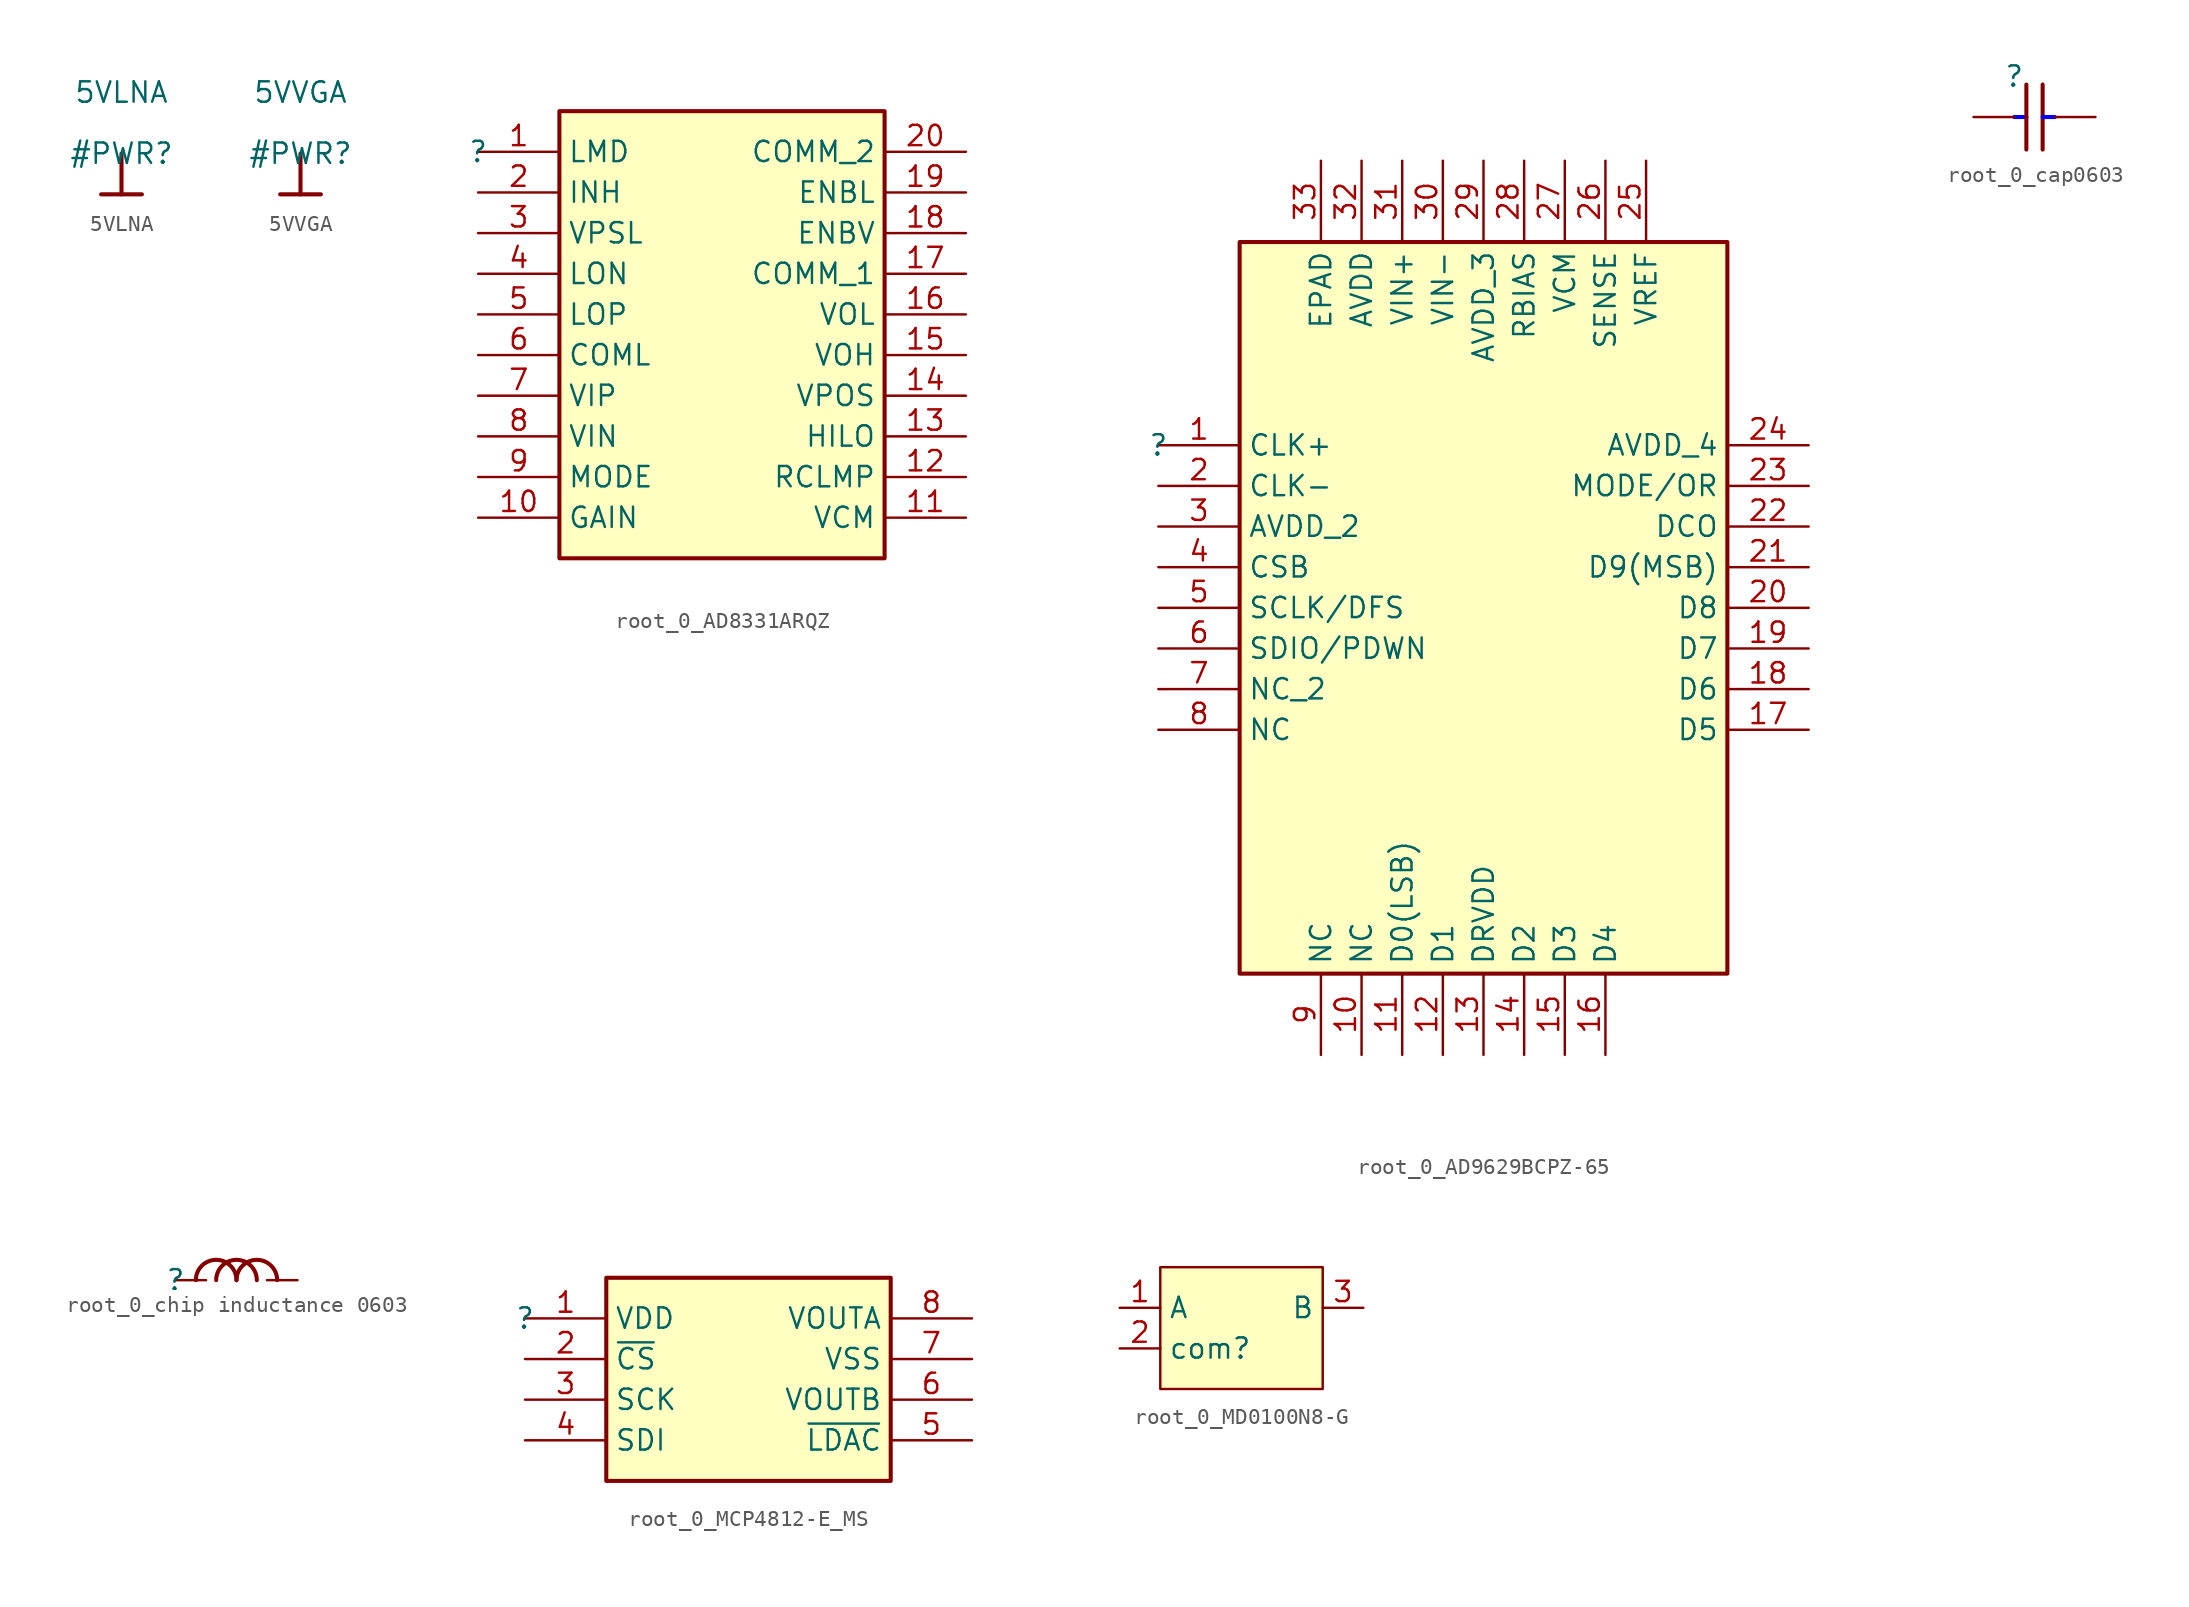
<source format=kicad_sym>
(kicad_symbol_lib
  (version 20220914)
  (generator kicad_symbol_editor)
  (symbol "5VLNA"
    (power)
    (property "Reference" "#PWR"
      (at 0 0 0)
      (effects (font (size 1.27 1.27))))
    (property "Value" "5VLNA"
      (at 0 3.81 0)
      (effects (font (size 1.27 1.27))))
    (symbol "5VLNA_0_0"
      (polyline (pts (xy -1.27 -2.54) (xy 1.27 -2.54)) (stroke (width 0.254) (type solid)) (fill (type none)))
      (polyline (pts (xy 0 0) (xy 0 -2.54)) (stroke (width 0.254) (type solid)) (fill (type none)))
      (pin power_in line (at 0 0 0) (length 0) hide (name "5VLNA" (effects (font (size 1.27 1.27)))) (number "" (effects (font (size 1.27 1.27)))))))
  (symbol "5VVGA"
    (power)
    (property "Reference" "#PWR"
      (at 0 0 0)
      (effects (font (size 1.27 1.27))))
    (property "Value" "5VVGA"
      (at 0 3.81 0)
      (effects (font (size 1.27 1.27))))
    (symbol "5VVGA_0_0"
      (polyline (pts (xy -1.27 -2.54) (xy 1.27 -2.54)) (stroke (width 0.254) (type solid)) (fill (type none)))
      (polyline (pts (xy 0 0) (xy 0 -2.54)) (stroke (width 0.254) (type solid)) (fill (type none)))
      (pin power_in line (at 0 0 0) (length 0) hide (name "5VVGA" (effects (font (size 1.27 1.27)))) (number "" (effects (font (size 1.27 1.27)))))))
  (symbol "root_0_AD8331ARQZ"
    (property "Reference" ""
      (at 0 0 0)
      (effects (font (size 1.27 1.27))))
    (property "Value" ""
      (at 0 0 0)
      (effects (font (size 1.27 1.27))))
    (symbol "root_0_AD8331ARQZ_1_0"
      (rectangle (start 25.4 2.54) (end 5.08 -25.4) (stroke (width 0.254) (type solid)) (fill (type background)))
      (pin passive line (at 0 0 0) (length 5.08) (name "LMD" (effects (font (size 1.27 1.27)))) (number "1" (effects (font (size 1.27 1.27)))))
      (pin passive line (at 0 -22.86 0) (length 5.08) (name "GAIN" (effects (font (size 1.27 1.27)))) (number "10" (effects (font (size 1.27 1.27)))))
      (pin passive line (at 30.48 -22.86 180) (length 5.08) (name "VCM" (effects (font (size 1.27 1.27)))) (number "11" (effects (font (size 1.27 1.27)))))
      (pin passive line (at 30.48 -20.32 180) (length 5.08) (name "RCLMP" (effects (font (size 1.27 1.27)))) (number "12" (effects (font (size 1.27 1.27)))))
      (pin passive line (at 30.48 -17.78 180) (length 5.08) (name "HILO" (effects (font (size 1.27 1.27)))) (number "13" (effects (font (size 1.27 1.27)))))
      (pin passive line (at 30.48 -15.24 180) (length 5.08) (name "VPOS" (effects (font (size 1.27 1.27)))) (number "14" (effects (font (size 1.27 1.27)))))
      (pin passive line (at 30.48 -12.7 180) (length 5.08) (name "VOH" (effects (font (size 1.27 1.27)))) (number "15" (effects (font (size 1.27 1.27)))))
      (pin passive line (at 30.48 -10.16 180) (length 5.08) (name "VOL" (effects (font (size 1.27 1.27)))) (number "16" (effects (font (size 1.27 1.27)))))
      (pin passive line (at 30.48 -7.62 180) (length 5.08) (name "COMM_1" (effects (font (size 1.27 1.27)))) (number "17" (effects (font (size 1.27 1.27)))))
      (pin passive line (at 30.48 -5.08 180) (length 5.08) (name "ENBV" (effects (font (size 1.27 1.27)))) (number "18" (effects (font (size 1.27 1.27)))))
      (pin passive line (at 30.48 -2.54 180) (length 5.08) (name "ENBL" (effects (font (size 1.27 1.27)))) (number "19" (effects (font (size 1.27 1.27)))))
      (pin passive line (at 0 -2.54 0) (length 5.08) (name "INH" (effects (font (size 1.27 1.27)))) (number "2" (effects (font (size 1.27 1.27)))))
      (pin passive line (at 30.48 0 180) (length 5.08) (name "COMM_2" (effects (font (size 1.27 1.27)))) (number "20" (effects (font (size 1.27 1.27)))))
      (pin passive line (at 0 -5.08 0) (length 5.08) (name "VPSL" (effects (font (size 1.27 1.27)))) (number "3" (effects (font (size 1.27 1.27)))))
      (pin passive line (at 0 -7.62 0) (length 5.08) (name "LON" (effects (font (size 1.27 1.27)))) (number "4" (effects (font (size 1.27 1.27)))))
      (pin passive line (at 0 -10.16 0) (length 5.08) (name "LOP" (effects (font (size 1.27 1.27)))) (number "5" (effects (font (size 1.27 1.27)))))
      (pin passive line (at 0 -12.7 0) (length 5.08) (name "COML" (effects (font (size 1.27 1.27)))) (number "6" (effects (font (size 1.27 1.27)))))
      (pin passive line (at 0 -15.24 0) (length 5.08) (name "VIP" (effects (font (size 1.27 1.27)))) (number "7" (effects (font (size 1.27 1.27)))))
      (pin passive line (at 0 -17.78 0) (length 5.08) (name "VIN" (effects (font (size 1.27 1.27)))) (number "8" (effects (font (size 1.27 1.27)))))
      (pin passive line (at 0 -20.32 0) (length 5.08) (name "MODE" (effects (font (size 1.27 1.27)))) (number "9" (effects (font (size 1.27 1.27)))))))
  (symbol "root_0_AD9629BCPZ-65"
    (property "Reference" ""
      (at 0 0 0)
      (effects (font (size 1.27 1.27))))
    (property "Value" ""
      (at 0 0 0)
      (effects (font (size 1.27 1.27))))
    (symbol "root_0_AD9629BCPZ-65_1_0"
      (rectangle (start 35.56 12.7) (end 5.08 -33.02) (stroke (width 0.254) (type solid)) (fill (type background)))
      (pin passive line (at 0 0 0) (length 5.08) (name "CLK+" (effects (font (size 1.27 1.27)))) (number "1" (effects (font (size 1.27 1.27)))))
      (pin passive line (at 12.7 -38.1 90) (length 5.08) (name "NC" (effects (font (size 1.27 1.27)))) (number "10" (effects (font (size 1.27 1.27)))))
      (pin passive line (at 15.24 -38.1 90) (length 5.08) (name "D0(LSB)" (effects (font (size 1.27 1.27)))) (number "11" (effects (font (size 1.27 1.27)))))
      (pin passive line (at 17.78 -38.1 90) (length 5.08) (name "D1" (effects (font (size 1.27 1.27)))) (number "12" (effects (font (size 1.27 1.27)))))
      (pin passive line (at 20.32 -38.1 90) (length 5.08) (name "DRVDD" (effects (font (size 1.27 1.27)))) (number "13" (effects (font (size 1.27 1.27)))))
      (pin passive line (at 22.86 -38.1 90) (length 5.08) (name "D2" (effects (font (size 1.27 1.27)))) (number "14" (effects (font (size 1.27 1.27)))))
      (pin passive line (at 25.4 -38.1 90) (length 5.08) (name "D3" (effects (font (size 1.27 1.27)))) (number "15" (effects (font (size 1.27 1.27)))))
      (pin passive line (at 27.94 -38.1 90) (length 5.08) (name "D4" (effects (font (size 1.27 1.27)))) (number "16" (effects (font (size 1.27 1.27)))))
      (pin passive line (at 40.64 -17.78 180) (length 5.08) (name "D5" (effects (font (size 1.27 1.27)))) (number "17" (effects (font (size 1.27 1.27)))))
      (pin passive line (at 40.64 -15.24 180) (length 5.08) (name "D6" (effects (font (size 1.27 1.27)))) (number "18" (effects (font (size 1.27 1.27)))))
      (pin passive line (at 40.64 -12.7 180) (length 5.08) (name "D7" (effects (font (size 1.27 1.27)))) (number "19" (effects (font (size 1.27 1.27)))))
      (pin passive line (at 0 -2.54 0) (length 5.08) (name "CLK-" (effects (font (size 1.27 1.27)))) (number "2" (effects (font (size 1.27 1.27)))))
      (pin passive line (at 40.64 -10.16 180) (length 5.08) (name "D8" (effects (font (size 1.27 1.27)))) (number "20" (effects (font (size 1.27 1.27)))))
      (pin passive line (at 40.64 -7.62 180) (length 5.08) (name "D9(MSB)" (effects (font (size 1.27 1.27)))) (number "21" (effects (font (size 1.27 1.27)))))
      (pin passive line (at 40.64 -5.08 180) (length 5.08) (name "DCO" (effects (font (size 1.27 1.27)))) (number "22" (effects (font (size 1.27 1.27)))))
      (pin passive line (at 40.64 -2.54 180) (length 5.08) (name "MODE/OR" (effects (font (size 1.27 1.27)))) (number "23" (effects (font (size 1.27 1.27)))))
      (pin passive line (at 40.64 0 180) (length 5.08) (name "AVDD_4" (effects (font (size 1.27 1.27)))) (number "24" (effects (font (size 1.27 1.27)))))
      (pin passive line (at 30.48 17.78 270) (length 5.08) (name "VREF" (effects (font (size 1.27 1.27)))) (number "25" (effects (font (size 1.27 1.27)))))
      (pin passive line (at 27.94 17.78 270) (length 5.08) (name "SENSE" (effects (font (size 1.27 1.27)))) (number "26" (effects (font (size 1.27 1.27)))))
      (pin passive line (at 25.4 17.78 270) (length 5.08) (name "VCM" (effects (font (size 1.27 1.27)))) (number "27" (effects (font (size 1.27 1.27)))))
      (pin passive line (at 22.86 17.78 270) (length 5.08) (name "RBIAS" (effects (font (size 1.27 1.27)))) (number "28" (effects (font (size 1.27 1.27)))))
      (pin passive line (at 20.32 17.78 270) (length 5.08) (name "AVDD_3" (effects (font (size 1.27 1.27)))) (number "29" (effects (font (size 1.27 1.27)))))
      (pin passive line (at 0 -5.08 0) (length 5.08) (name "AVDD_2" (effects (font (size 1.27 1.27)))) (number "3" (effects (font (size 1.27 1.27)))))
      (pin passive line (at 17.78 17.78 270) (length 5.08) (name "VIN-" (effects (font (size 1.27 1.27)))) (number "30" (effects (font (size 1.27 1.27)))))
      (pin passive line (at 15.24 17.78 270) (length 5.08) (name "VIN+" (effects (font (size 1.27 1.27)))) (number "31" (effects (font (size 1.27 1.27)))))
      (pin passive line (at 12.7 17.78 270) (length 5.08) (name "AVDD" (effects (font (size 1.27 1.27)))) (number "32" (effects (font (size 1.27 1.27)))))
      (pin passive line (at 10.16 17.78 270) (length 5.08) (name "EPAD" (effects (font (size 1.27 1.27)))) (number "33" (effects (font (size 1.27 1.27)))))
      (pin passive line (at 0 -7.62 0) (length 5.08) (name "CSB" (effects (font (size 1.27 1.27)))) (number "4" (effects (font (size 1.27 1.27)))))
      (pin passive line (at 0 -10.16 0) (length 5.08) (name "SCLK/DFS" (effects (font (size 1.27 1.27)))) (number "5" (effects (font (size 1.27 1.27)))))
      (pin passive line (at 0 -12.7 0) (length 5.08) (name "SDIO/PDWN" (effects (font (size 1.27 1.27)))) (number "6" (effects (font (size 1.27 1.27)))))
      (pin passive line (at 0 -15.24 0) (length 5.08) (name "NC_2" (effects (font (size 1.27 1.27)))) (number "7" (effects (font (size 1.27 1.27)))))
      (pin passive line (at 0 -17.78 0) (length 5.08) (name "NC" (effects (font (size 1.27 1.27)))) (number "8" (effects (font (size 1.27 1.27)))))
      (pin passive line (at 10.16 -38.1 90) (length 5.08) (name "NC" (effects (font (size 1.27 1.27)))) (number "9" (effects (font (size 1.27 1.27)))))))
  (symbol "root_0_cap0603"
    (property "Reference" ""
      (at 0 0 0)
      (effects (font (size 1.27 1.27))))
    (property "Value" ""
      (at 0 0 0)
      (effects (font (size 1.27 1.27))))
    (symbol "root_0_cap0603_1_0"
      (polyline (pts (xy 0 -2.54) (xy 0.762 -2.54)) (stroke (width 0.254) (type solid) (color 0 0 255 1)) (fill (type none)))
      (polyline (pts (xy 0.762 -4.572) (xy 0.762 -0.508)) (stroke (width 0.254) (type solid)) (fill (type none)))
      (polyline (pts (xy 1.778 -0.508) (xy 1.778 -4.572)) (stroke (width 0.254) (type solid)) (fill (type none)))
      (polyline (pts (xy 2.54 -2.54) (xy 1.778 -2.54)) (stroke (width 0.254) (type solid) (color 0 0 255 1)) (fill (type none)))
      (pin passive line (at -2.54 -2.54 0) (length 2.54) (name "1" (effects (font (size 0 0)))) (number "1" (effects (font (size 0 0)))))
      (pin passive line (at 5.08 -2.54 180) (length 2.54) (name "2" (effects (font (size 0 0)))) (number "2" (effects (font (size 0 0)))))))
  (symbol "root_0_chip inductance 0603"
    (property "Reference" ""
      (at 0 0 0)
      (effects (font (size 1.27 1.27))))
    (property "Value" ""
      (at 0 0 0)
      (effects (font (size 1.27 1.27))))
    (symbol "root_0_chip inductance 0603_1_0"
      (arc (start 3.81 0) (mid 2.54 1.27) (end 1.27 0) (stroke (width 0.254) (type solid)) (fill (type none)))
      (arc (start 5.08 0) (mid 3.81 1.27) (end 2.54 0) (stroke (width 0.254) (type solid)) (fill (type none)))
      (arc (start 6.35 0) (mid 5.08 1.27) (end 3.81 0) (stroke (width 0.254) (type solid)) (fill (type none)))
      (pin passive line (at 0 0 0) (length 1.905) (name "1" (effects (font (size 0 0)))) (number "1" (effects (font (size 0 0)))))
      (pin passive line (at 7.62 0 180) (length 1.905) (name "2" (effects (font (size 0 0)))) (number "2" (effects (font (size 0 0)))))))
  (symbol "root_0_MCP4812-E_MS"
    (property "Reference" ""
      (at 0 0 0)
      (effects (font (size 1.27 1.27))))
    (property "Value" ""
      (at 0 0 0)
      (effects (font (size 1.27 1.27))))
    (symbol "root_0_MCP4812-E_MS_1_0"
      (rectangle (start 22.86 2.54) (end 5.08 -10.16) (stroke (width 0.254) (type solid)) (fill (type background)))
      (pin passive line (at 0 0 0) (length 5.08) (name "VDD" (effects (font (size 1.27 1.27)))) (number "1" (effects (font (size 1.27 1.27)))))
      (pin passive line (at 0 -2.54 0) (length 5.08) (name "~{CS}" (effects (font (size 1.27 1.27)))) (number "2" (effects (font (size 1.27 1.27)))))
      (pin passive line (at 0 -5.08 0) (length 5.08) (name "SCK" (effects (font (size 1.27 1.27)))) (number "3" (effects (font (size 1.27 1.27)))))
      (pin passive line (at 0 -7.62 0) (length 5.08) (name "SDI" (effects (font (size 1.27 1.27)))) (number "4" (effects (font (size 1.27 1.27)))))
      (pin passive line (at 27.94 -7.62 180) (length 5.08) (name "~{LDAC}" (effects (font (size 1.27 1.27)))) (number "5" (effects (font (size 1.27 1.27)))))
      (pin passive line (at 27.94 -5.08 180) (length 5.08) (name "VOUTB" (effects (font (size 1.27 1.27)))) (number "6" (effects (font (size 1.27 1.27)))))
      (pin passive line (at 27.94 -2.54 180) (length 5.08) (name "VSS" (effects (font (size 1.27 1.27)))) (number "7" (effects (font (size 1.27 1.27)))))
      (pin passive line (at 27.94 0 180) (length 5.08) (name "VOUTA" (effects (font (size 1.27 1.27)))) (number "8" (effects (font (size 1.27 1.27)))))))
  (symbol "root_0_MD0100N8-G"
    (property "Reference" ""
      (at 0 0 0)
      (effects (font (size 1.27 1.27))))
    (property "Value" ""
      (at 0 0 0)
      (effects (font (size 1.27 1.27))))
    (symbol "root_0_MD0100N8-G_1_0"
      (rectangle (start 5.08 5.08) (end -5.08 -2.54) (stroke (width 0) (type solid)) (fill (type background)))
      (pin passive line (at -7.62 2.54 0) (length 2.54) (name "A" (effects (font (size 1.27 1.27)))) (number "1" (effects (font (size 1.27 1.27)))))
      (pin passive line (at -7.62 0 0) (length 2.54) (name "com" (effects (font (size 1.27 1.27)))) (number "2" (effects (font (size 1.27 1.27)))))
      (pin passive line (at 7.62 2.54 180) (length 2.54) (name "B" (effects (font (size 1.27 1.27)))) (number "3" (effects (font (size 1.27 1.27))))))))
</source>
